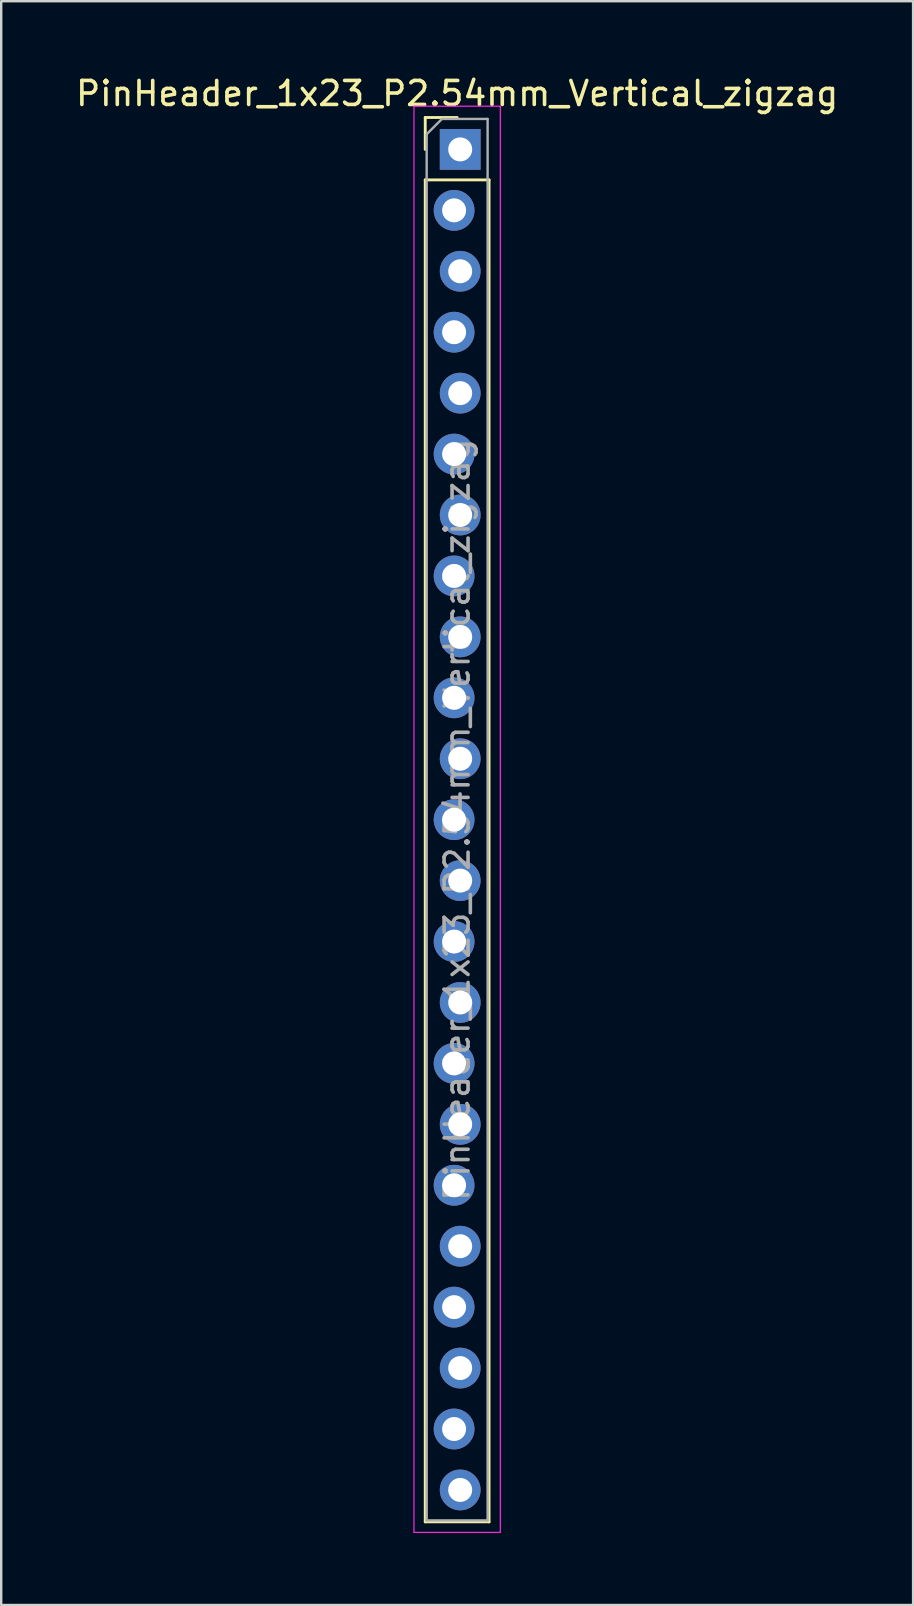
<source format=kicad_pcb>
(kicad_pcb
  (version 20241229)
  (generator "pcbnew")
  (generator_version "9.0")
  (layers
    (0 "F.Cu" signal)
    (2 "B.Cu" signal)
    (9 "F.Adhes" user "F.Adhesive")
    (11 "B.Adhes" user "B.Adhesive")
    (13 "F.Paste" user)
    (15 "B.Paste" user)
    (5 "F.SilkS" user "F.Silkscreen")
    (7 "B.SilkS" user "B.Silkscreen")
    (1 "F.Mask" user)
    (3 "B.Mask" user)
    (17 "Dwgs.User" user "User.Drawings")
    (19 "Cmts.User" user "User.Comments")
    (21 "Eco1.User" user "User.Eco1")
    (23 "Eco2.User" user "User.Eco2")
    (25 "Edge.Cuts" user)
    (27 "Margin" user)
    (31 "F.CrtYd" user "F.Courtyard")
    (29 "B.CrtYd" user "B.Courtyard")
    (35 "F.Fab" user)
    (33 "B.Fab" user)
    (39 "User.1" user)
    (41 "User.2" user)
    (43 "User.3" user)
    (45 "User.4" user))
  (footprint "PinHeader_1x23_P2.54mm_Vertical_zigzag"
    (layer "F.Cu")
    (at 16.006 3.178)
    (property "Reference" "PinHeader_1x23_P2.54mm_Vertical_zigzag" (at 0 -2.33 0) (layer "F.SilkS") (effects (font (size 1 1) (thickness 0.15))))
    (attr through_hole)
    (fp_line (start -1.33 -1.33) (end 0 -1.33) (stroke (width 0.12) (type solid)) (layer "F.SilkS"))
    (fp_line (start -1.33 0) (end -1.33 -1.33) (stroke (width 0.12) (type solid)) (layer "F.SilkS"))
    (fp_line (start -1.33 1.27) (end -1.33 57.21) (stroke (width 0.12) (type solid)) (layer "F.SilkS"))
    (fp_line (start -1.33 1.27) (end 1.33 1.27) (stroke (width 0.12) (type solid)) (layer "F.SilkS"))
    (fp_line (start -1.33 57.21) (end 1.33 57.21) (stroke (width 0.12) (type solid)) (layer "F.SilkS"))
    (fp_line (start 1.33 1.27) (end 1.33 57.21) (stroke (width 0.12) (type solid)) (layer "F.SilkS"))
    (fp_line (start -1.8 -1.8) (end -1.8 57.65) (stroke (width 0.05) (type solid)) (layer "F.CrtYd"))
    (fp_line (start -1.8 57.65) (end 1.8 57.65) (stroke (width 0.05) (type solid)) (layer "F.CrtYd"))
    (fp_line (start 1.8 -1.8) (end -1.8 -1.8) (stroke (width 0.05) (type solid)) (layer "F.CrtYd"))
    (fp_line (start 1.8 57.65) (end 1.8 -1.8) (stroke (width 0.05) (type solid)) (layer "F.CrtYd"))
    (fp_line (start -1.27 -0.635) (end -0.635 -1.27) (stroke (width 0.1) (type solid)) (layer "F.Fab"))
    (fp_line (start -1.27 57.15) (end -1.27 -0.635) (stroke (width 0.1) (type solid)) (layer "F.Fab"))
    (fp_line (start -0.635 -1.27) (end 1.27 -1.27) (stroke (width 0.1) (type solid)) (layer "F.Fab"))
    (fp_line (start 1.27 -1.27) (end 1.27 57.15) (stroke (width 0.1) (type solid)) (layer "F.Fab"))
    (fp_line (start 1.27 57.15) (end -1.27 57.15) (stroke (width 0.1) (type solid)) (layer "F.Fab"))
    (fp_text user "${REFERENCE}" (at 0 27.94 90) (layer "F.Fab") (effects (font (size 1 1) (thickness 0.15))))
    (pad "1" thru_hole rect (at 0.127 0) (size 1.7 1.7) (drill 1) (layers "*.Cu" "*.Mask"))
    (pad "2" thru_hole oval (at -0.127 2.54) (size 1.7 1.7) (drill 1) (layers "*.Cu" "*.Mask"))
    (pad "3" thru_hole oval (at 0.127 5.08) (size 1.7 1.7) (drill 1) (layers "*.Cu" "*.Mask"))
    (pad "4" thru_hole oval (at -0.127 7.62) (size 1.7 1.7) (drill 1) (layers "*.Cu" "*.Mask"))
    (pad "5" thru_hole oval (at 0.127 10.16) (size 1.7 1.7) (drill 1) (layers "*.Cu" "*.Mask"))
    (pad "6" thru_hole oval (at -0.127 12.7) (size 1.7 1.7) (drill 1) (layers "*.Cu" "*.Mask"))
    (pad "7" thru_hole oval (at 0.127 15.24) (size 1.7 1.7) (drill 1) (layers "*.Cu" "*.Mask"))
    (pad "8" thru_hole oval (at -0.127 17.78) (size 1.7 1.7) (drill 1) (layers "*.Cu" "*.Mask"))
    (pad "9" thru_hole oval (at 0.127 20.32) (size 1.7 1.7) (drill 1) (layers "*.Cu" "*.Mask"))
    (pad "10" thru_hole oval (at -0.127 22.86) (size 1.7 1.7) (drill 1) (layers "*.Cu" "*.Mask"))
    (pad "11" thru_hole oval (at 0.127 25.4) (size 1.7 1.7) (drill 1) (layers "*.Cu" "*.Mask"))
    (pad "12" thru_hole oval (at -0.127 27.94) (size 1.7 1.7) (drill 1) (layers "*.Cu" "*.Mask"))
    (pad "13" thru_hole oval (at 0.127 30.48) (size 1.7 1.7) (drill 1) (layers "*.Cu" "*.Mask"))
    (pad "14" thru_hole oval (at -0.127 33.02) (size 1.7 1.7) (drill 1) (layers "*.Cu" "*.Mask"))
    (pad "15" thru_hole oval (at 0.127 35.56) (size 1.7 1.7) (drill 1) (layers "*.Cu" "*.Mask"))
    (pad "16" thru_hole oval (at -0.127 38.1) (size 1.7 1.7) (drill 1) (layers "*.Cu" "*.Mask"))
    (pad "17" thru_hole oval (at 0.127 40.64) (size 1.7 1.7) (drill 1) (layers "*.Cu" "*.Mask"))
    (pad "18" thru_hole oval (at -0.127 43.18) (size 1.7 1.7) (drill 1) (layers "*.Cu" "*.Mask"))
    (pad "19" thru_hole oval (at 0.127 45.72) (size 1.7 1.7) (drill 1) (layers "*.Cu" "*.Mask"))
    (pad "20" thru_hole oval (at -0.127 48.26) (size 1.7 1.7) (drill 1) (layers "*.Cu" "*.Mask"))
    (pad "21" thru_hole oval (at 0.127 50.8) (size 1.7 1.7) (drill 1) (layers "*.Cu" "*.Mask"))
    (pad "22" thru_hole oval (at -0.127 53.34) (size 1.7 1.7) (drill 1) (layers "*.Cu" "*.Mask"))
    (pad "23" thru_hole oval (at 0.127 55.88) (size 1.7 1.7) (drill 1) (layers "*.Cu" "*.Mask")))
  (gr_rect
    (start -3 -3)
    (end 35.012 63.853)
    (stroke (width 0.1) (type default))
    (fill no)
    (layer "Edge.Cuts")))
</source>
